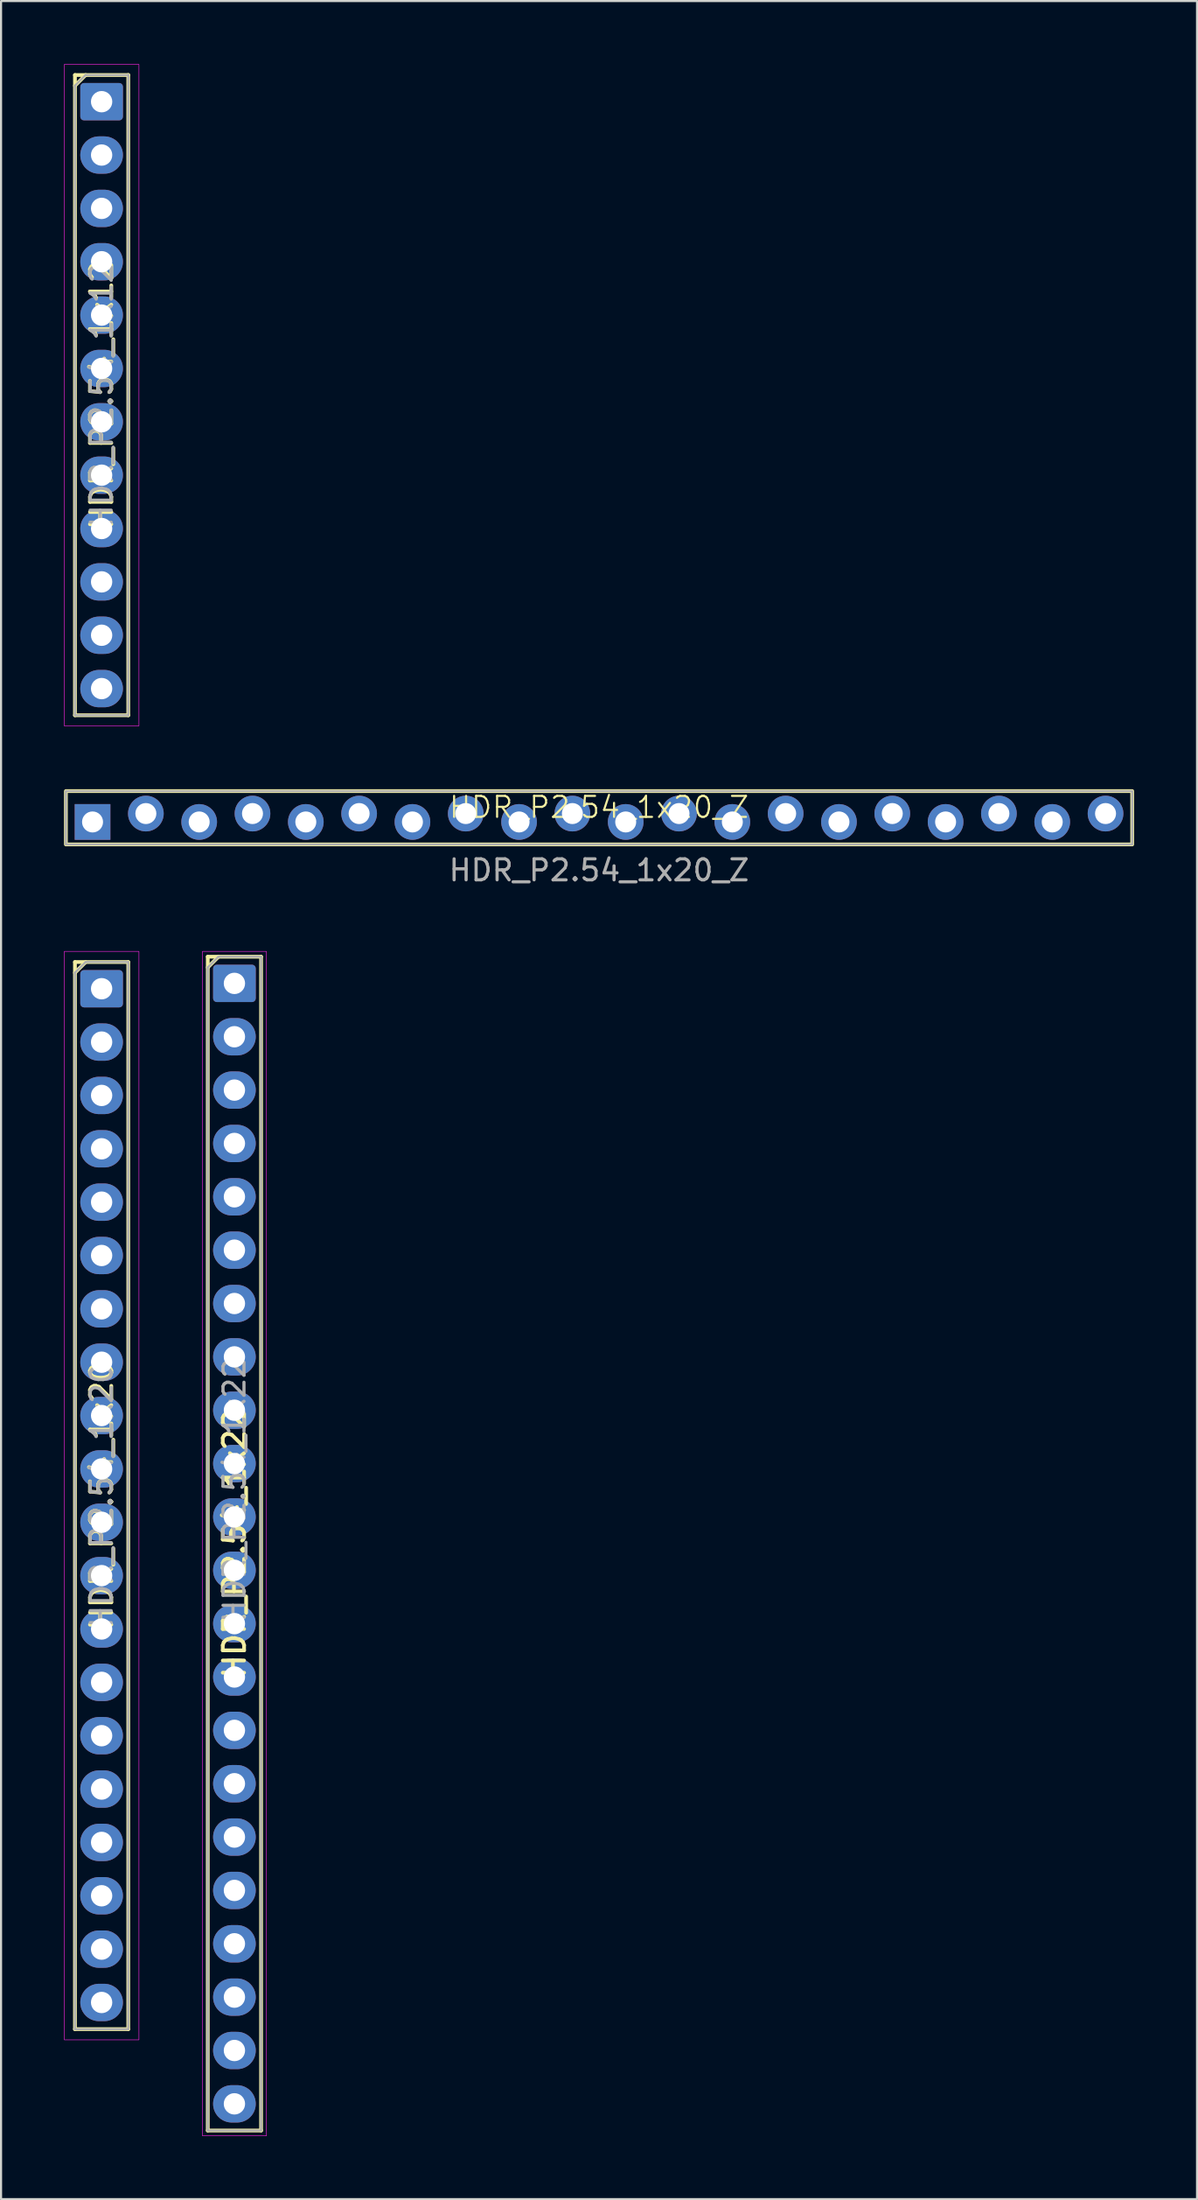
<source format=kicad_pcb>
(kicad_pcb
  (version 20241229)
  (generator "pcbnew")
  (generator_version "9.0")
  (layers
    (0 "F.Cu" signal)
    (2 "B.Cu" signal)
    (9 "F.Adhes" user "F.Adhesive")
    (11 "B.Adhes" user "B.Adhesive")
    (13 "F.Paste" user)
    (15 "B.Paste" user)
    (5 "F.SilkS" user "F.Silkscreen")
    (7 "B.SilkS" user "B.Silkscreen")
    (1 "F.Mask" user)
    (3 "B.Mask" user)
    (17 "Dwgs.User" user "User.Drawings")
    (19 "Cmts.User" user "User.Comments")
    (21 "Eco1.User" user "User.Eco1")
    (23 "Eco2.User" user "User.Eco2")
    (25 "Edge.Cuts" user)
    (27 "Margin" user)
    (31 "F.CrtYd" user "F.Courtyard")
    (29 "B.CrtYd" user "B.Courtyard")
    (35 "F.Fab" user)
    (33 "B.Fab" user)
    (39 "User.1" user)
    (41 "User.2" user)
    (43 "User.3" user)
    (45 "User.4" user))
  (footprint "HDR_P2.54_1x22"
    (layer "F.Cu")
    (at 8.118 70.435)
    (property "Reference" "HDR_P2.54_1x22" (at 0 0 90) (layer "F.SilkS") (effects (font (size 1.016 1.016) (thickness 0.178))))
    (attr through_hole)
    (fp_line (start -1.27 -27.94) (end -1.27 27.94) (stroke (width 0.178) (type solid)) (layer "F.SilkS"))
    (fp_line (start -1.27 -27.94) (end 1.27 -27.94) (stroke (width 0.178) (type solid)) (layer "F.SilkS"))
    (fp_line (start -1.27 -27.432) (end -0.762 -27.94) (stroke (width 0.178) (type solid)) (layer "F.SilkS"))
    (fp_line (start -1.27 27.94) (end 1.27 27.94) (stroke (width 0.178) (type solid)) (layer "F.SilkS"))
    (fp_line (start 1.27 -27.94) (end 1.27 27.94) (stroke (width 0.178) (type solid)) (layer "F.SilkS"))
    (fp_rect (start -1.524 -28.194) (end 1.524 28.194) (stroke (width 0.025) (type solid)) (fill no) (layer "F.CrtYd"))
    (fp_line (start -1.27 -27.432) (end -0.762 -27.94) (stroke (width 0.1) (type solid)) (layer "F.Fab"))
    (fp_line (start -1.27 27.94) (end -1.27 -27.432) (stroke (width 0.1) (type solid)) (layer "F.Fab"))
    (fp_line (start -0.762 -27.94) (end 1.27 -27.94) (stroke (width 0.1) (type solid)) (layer "F.Fab"))
    (fp_line (start 1.27 -27.94) (end 1.27 27.94) (stroke (width 0.1) (type solid)) (layer "F.Fab"))
    (fp_line (start 1.27 27.94) (end -1.27 27.94) (stroke (width 0.1) (type solid)) (layer "F.Fab"))
    (fp_text user "${REFERENCE}" (at 0 -2.54 90) (layer "F.Fab") (effects (font (size 1 1) (thickness 0.15))))
    (pad "1" thru_hole roundrect (at 0 -26.67) (size 2.032 1.778) (drill 1.016) (layers "*.Cu" "*.Mask") (roundrect_rratio 0.1))
    (pad "2" thru_hole oval (at 0 -24.13) (size 2.032 1.778) (drill 1.016) (layers "*.Cu" "*.Mask"))
    (pad "3" thru_hole oval (at 0 -21.59) (size 2.032 1.778) (drill 1.016) (layers "*.Cu" "*.Mask"))
    (pad "4" thru_hole oval (at 0 -19.05) (size 2.032 1.778) (drill 1.016) (layers "*.Cu" "*.Mask"))
    (pad "5" thru_hole oval (at 0 -16.51) (size 2.032 1.778) (drill 1.016) (layers "*.Cu" "*.Mask"))
    (pad "6" thru_hole oval (at 0 -13.97) (size 2.032 1.778) (drill 1.016) (layers "*.Cu" "*.Mask"))
    (pad "7" thru_hole oval (at 0 -11.43) (size 2.032 1.778) (drill 1.016) (layers "*.Cu" "*.Mask"))
    (pad "8" thru_hole oval (at 0 -8.89) (size 2.032 1.778) (drill 1.016) (layers "*.Cu" "*.Mask"))
    (pad "9" thru_hole oval (at 0 -6.35) (size 2.032 1.778) (drill 1.016) (layers "*.Cu" "*.Mask"))
    (pad "10" thru_hole oval (at 0 -3.81) (size 2.032 1.778) (drill 1.016) (layers "*.Cu" "*.Mask"))
    (pad "11" thru_hole oval (at 0 -1.27) (size 2.032 1.778) (drill 1.016) (layers "*.Cu" "*.Mask"))
    (pad "12" thru_hole oval (at 0 1.27) (size 2.032 1.778) (drill 1.016) (layers "*.Cu" "*.Mask"))
    (pad "13" thru_hole oval (at 0 3.81) (size 2.032 1.778) (drill 1.016) (layers "*.Cu" "*.Mask"))
    (pad "14" thru_hole oval (at 0 6.35) (size 2.032 1.778) (drill 1.016) (layers "*.Cu" "*.Mask"))
    (pad "15" thru_hole oval (at 0 8.89) (size 2.032 1.778) (drill 1.016) (layers "*.Cu" "*.Mask"))
    (pad "16" thru_hole oval (at 0 11.43) (size 2.032 1.778) (drill 1.016) (layers "*.Cu" "*.Mask"))
    (pad "17" thru_hole oval (at 0 13.97) (size 2.032 1.778) (drill 1.016) (layers "*.Cu" "*.Mask"))
    (pad "18" thru_hole oval (at 0 16.51) (size 2.032 1.778) (drill 1.016) (layers "*.Cu" "*.Mask"))
    (pad "19" thru_hole oval (at 0 19.05) (size 2.032 1.778) (drill 1.016) (layers "*.Cu" "*.Mask"))
    (pad "20" thru_hole oval (at 0 21.59) (size 2.032 1.778) (drill 1.016) (layers "*.Cu" "*.Mask"))
    (pad "21" thru_hole oval (at 0 24.13) (size 2.032 1.778) (drill 1.016) (layers "*.Cu" "*.Mask"))
    (pad "22" thru_hole oval (at 0 26.67) (size 2.032 1.778) (drill 1.016) (layers "*.Cu" "*.Mask")))
  (footprint "HDR_P2.54_1x20_Z"
    (layer "F.Cu")
    (at 25.489 35.88)
    (property "Reference" "HDR_P2.54_1x20_Z" (at 0 -0.5 0) (unlocked yes) (layer "F.SilkS") (effects (font (size 1 1) (thickness 0.1))))
    (attr through_hole)
    (fp_rect (start -25.4 -1.27) (end 25.4 1.27) (stroke (width 0.178) (type solid)) (fill no) (layer "F.SilkS"))
    (fp_rect (start -25.4 -1.27) (end 25.4 1.27) (stroke (width 0.1) (type solid)) (fill no) (layer "F.Fab"))
    (fp_text user "${REFERENCE}" (at 0 2.5 0) (unlocked yes) (layer "F.Fab") (effects (font (size 1 1) (thickness 0.15))))
    (pad "1" thru_hole rect (at -24.13 0.2) (size 1.7 1.7) (drill 1) (layers "*.Cu" "*.Mask"))
    (pad "2" thru_hole circle (at -21.59 -0.2) (size 1.7 1.7) (drill 1) (layers "*.Cu" "*.Mask"))
    (pad "3" thru_hole circle (at -19.05 0.2) (size 1.7 1.7) (drill 1) (layers "*.Cu" "*.Mask"))
    (pad "4" thru_hole circle (at -16.51 -0.2) (size 1.7 1.7) (drill 1) (layers "*.Cu" "*.Mask"))
    (pad "5" thru_hole circle (at -13.97 0.2) (size 1.7 1.7) (drill 1) (layers "*.Cu" "*.Mask"))
    (pad "6" thru_hole circle (at -11.43 -0.2) (size 1.7 1.7) (drill 1) (layers "*.Cu" "*.Mask"))
    (pad "7" thru_hole circle (at -8.89 0.2) (size 1.7 1.7) (drill 1) (layers "*.Cu" "*.Mask"))
    (pad "8" thru_hole circle (at -6.35 -0.2) (size 1.7 1.7) (drill 1) (layers "*.Cu" "*.Mask"))
    (pad "9" thru_hole circle (at -3.81 0.2) (size 1.7 1.7) (drill 1) (layers "*.Cu" "*.Mask"))
    (pad "10" thru_hole circle (at -1.27 -0.2) (size 1.7 1.7) (drill 1) (layers "*.Cu" "*.Mask"))
    (pad "11" thru_hole circle (at 1.27 0.2) (size 1.7 1.7) (drill 1) (layers "*.Cu" "*.Mask"))
    (pad "12" thru_hole circle (at 3.81 -0.2) (size 1.7 1.7) (drill 1) (layers "*.Cu" "*.Mask"))
    (pad "13" thru_hole circle (at 6.35 0.2) (size 1.7 1.7) (drill 1) (layers "*.Cu" "*.Mask"))
    (pad "14" thru_hole circle (at 8.89 -0.2) (size 1.7 1.7) (drill 1) (layers "*.Cu" "*.Mask"))
    (pad "15" thru_hole circle (at 11.43 0.2) (size 1.7 1.7) (drill 1) (layers "*.Cu" "*.Mask"))
    (pad "16" thru_hole circle (at 13.97 -0.2) (size 1.7 1.7) (drill 1) (layers "*.Cu" "*.Mask"))
    (pad "17" thru_hole circle (at 16.51 0.2) (size 1.7 1.7) (drill 1) (layers "*.Cu" "*.Mask"))
    (pad "18" thru_hole circle (at 19.05 -0.2) (size 1.7 1.7) (drill 1) (layers "*.Cu" "*.Mask"))
    (pad "19" thru_hole circle (at 21.59 0.2) (size 1.7 1.7) (drill 1) (layers "*.Cu" "*.Mask"))
    (pad "20" thru_hole circle (at 24.13 -0.2) (size 1.7 1.7) (drill 1) (layers "*.Cu" "*.Mask")))
  (footprint "HDR_P2.54_1x12"
    (layer "F.Cu")
    (at 1.791 15.761)
    (property "Reference" "HDR_P2.54_1x12" (at 0 0 90) (layer "F.SilkS") (effects (font (size 1.016 1.016) (thickness 0.178))))
    (attr through_hole)
    (fp_line (start -1.27 -15.24) (end -1.27 15.24) (stroke (width 0.178) (type solid)) (layer "F.SilkS"))
    (fp_line (start -1.27 -15.24) (end 1.27 -15.24) (stroke (width 0.178) (type solid)) (layer "F.SilkS"))
    (fp_line (start -1.27 -14.732) (end -0.762 -15.24) (stroke (width 0.178) (type solid)) (layer "F.SilkS"))
    (fp_line (start -1.27 15.24) (end 1.27 15.24) (stroke (width 0.178) (type solid)) (layer "F.SilkS"))
    (fp_line (start 1.27 -15.24) (end 1.27 15.24) (stroke (width 0.178) (type solid)) (layer "F.SilkS"))
    (fp_rect (start -1.778 -15.748) (end 1.778 15.748) (stroke (width 0.025) (type solid)) (fill no) (layer "F.CrtYd"))
    (fp_line (start -1.27 -14.732) (end -0.762 -15.24) (stroke (width 0.1) (type solid)) (layer "F.Fab"))
    (fp_line (start -1.27 15.24) (end -1.27 -14.732) (stroke (width 0.1) (type solid)) (layer "F.Fab"))
    (fp_line (start -0.762 -15.24) (end 1.27 -15.24) (stroke (width 0.1) (type solid)) (layer "F.Fab"))
    (fp_line (start 1.27 -15.24) (end 1.27 15.24) (stroke (width 0.1) (type solid)) (layer "F.Fab"))
    (fp_line (start 1.27 15.24) (end -1.27 15.24) (stroke (width 0.1) (type solid)) (layer "F.Fab"))
    (fp_text user "${REFERENCE}" (at 0 0 90) (layer "F.Fab") (effects (font (size 1 1) (thickness 0.15))))
    (pad "1" thru_hole roundrect (at 0 -13.97) (size 2.032 1.778) (drill 1.016) (layers "*.Cu" "*.Mask") (roundrect_rratio 0.1))
    (pad "2" thru_hole oval (at 0 -11.43) (size 2.032 1.778) (drill 1.016) (layers "*.Cu" "*.Mask"))
    (pad "3" thru_hole oval (at 0 -8.89) (size 2.032 1.778) (drill 1.016) (layers "*.Cu" "*.Mask"))
    (pad "4" thru_hole oval (at 0 -6.35) (size 2.032 1.778) (drill 1.016) (layers "*.Cu" "*.Mask"))
    (pad "5" thru_hole oval (at 0 -3.81) (size 2.032 1.778) (drill 1.016) (layers "*.Cu" "*.Mask"))
    (pad "6" thru_hole oval (at 0 -1.27) (size 2.032 1.778) (drill 1.016) (layers "*.Cu" "*.Mask"))
    (pad "7" thru_hole oval (at 0 1.27) (size 2.032 1.778) (drill 1.016) (layers "*.Cu" "*.Mask"))
    (pad "8" thru_hole oval (at 0 3.81) (size 2.032 1.778) (drill 1.016) (layers "*.Cu" "*.Mask"))
    (pad "9" thru_hole oval (at 0 6.35) (size 2.032 1.778) (drill 1.016) (layers "*.Cu" "*.Mask"))
    (pad "10" thru_hole oval (at 0 8.89) (size 2.032 1.778) (drill 1.016) (layers "*.Cu" "*.Mask"))
    (pad "11" thru_hole oval (at 0 11.43) (size 2.032 1.778) (drill 1.016) (layers "*.Cu" "*.Mask"))
    (pad "12" thru_hole oval (at 0 13.97) (size 2.032 1.778) (drill 1.016) (layers "*.Cu" "*.Mask")))
  (footprint "HDR_P2.54_1x20"
    (layer "F.Cu")
    (at 1.791 68.149)
    (property "Reference" "HDR_P2.54_1x20" (at 0 0 90) (layer "F.SilkS") (effects (font (size 1.016 1.016) (thickness 0.178))))
    (attr through_hole)
    (fp_line (start -1.27 -25.4) (end -1.27 25.4) (stroke (width 0.178) (type solid)) (layer "F.SilkS"))
    (fp_line (start -1.27 -25.4) (end 1.27 -25.4) (stroke (width 0.178) (type solid)) (layer "F.SilkS"))
    (fp_line (start -1.27 -24.892) (end -0.762 -25.4) (stroke (width 0.178) (type solid)) (layer "F.SilkS"))
    (fp_line (start -1.27 25.4) (end 1.27 25.4) (stroke (width 0.178) (type solid)) (layer "F.SilkS"))
    (fp_line (start 1.27 -25.4) (end 1.27 25.4) (stroke (width 0.178) (type solid)) (layer "F.SilkS"))
    (fp_rect (start -1.778 -25.908) (end 1.778 25.908) (stroke (width 0.025) (type solid)) (fill no) (layer "F.CrtYd"))
    (fp_line (start -1.27 -24.892) (end -0.762 -25.4) (stroke (width 0.1) (type solid)) (layer "F.Fab"))
    (fp_line (start -1.27 25.4) (end -1.27 -24.892) (stroke (width 0.1) (type solid)) (layer "F.Fab"))
    (fp_line (start -0.762 -25.4) (end 1.27 -25.4) (stroke (width 0.1) (type solid)) (layer "F.Fab"))
    (fp_line (start 1.27 -25.4) (end 1.27 25.4) (stroke (width 0.1) (type solid)) (layer "F.Fab"))
    (fp_line (start 1.27 25.4) (end -1.27 25.4) (stroke (width 0.1) (type solid)) (layer "F.Fab"))
    (fp_text user "${REFERENCE}" (at 0 0 90) (layer "F.Fab") (effects (font (size 1 1) (thickness 0.15))))
    (pad "1" thru_hole roundrect (at 0 -24.13) (size 2.032 1.778) (drill 1.016) (layers "*.Cu" "*.Mask") (roundrect_rratio 0.1))
    (pad "2" thru_hole oval (at 0 -21.59) (size 2.032 1.778) (drill 1.016) (layers "*.Cu" "*.Mask"))
    (pad "3" thru_hole oval (at 0 -19.05) (size 2.032 1.778) (drill 1.016) (layers "*.Cu" "*.Mask"))
    (pad "4" thru_hole oval (at 0 -16.51) (size 2.032 1.778) (drill 1.016) (layers "*.Cu" "*.Mask"))
    (pad "5" thru_hole oval (at 0 -13.97) (size 2.032 1.778) (drill 1.016) (layers "*.Cu" "*.Mask"))
    (pad "6" thru_hole oval (at 0 -11.43) (size 2.032 1.778) (drill 1.016) (layers "*.Cu" "*.Mask"))
    (pad "7" thru_hole oval (at 0 -8.89) (size 2.032 1.778) (drill 1.016) (layers "*.Cu" "*.Mask"))
    (pad "8" thru_hole oval (at 0 -6.35) (size 2.032 1.778) (drill 1.016) (layers "*.Cu" "*.Mask"))
    (pad "9" thru_hole oval (at 0 -3.81) (size 2.032 1.778) (drill 1.016) (layers "*.Cu" "*.Mask"))
    (pad "10" thru_hole oval (at 0 -1.27) (size 2.032 1.778) (drill 1.016) (layers "*.Cu" "*.Mask"))
    (pad "11" thru_hole oval (at 0 1.27) (size 2.032 1.778) (drill 1.016) (layers "*.Cu" "*.Mask"))
    (pad "12" thru_hole oval (at 0 3.81) (size 2.032 1.778) (drill 1.016) (layers "*.Cu" "*.Mask"))
    (pad "13" thru_hole oval (at 0 6.35) (size 2.032 1.778) (drill 1.016) (layers "*.Cu" "*.Mask"))
    (pad "14" thru_hole oval (at 0 8.89) (size 2.032 1.778) (drill 1.016) (layers "*.Cu" "*.Mask"))
    (pad "15" thru_hole oval (at 0 11.43) (size 2.032 1.778) (drill 1.016) (layers "*.Cu" "*.Mask"))
    (pad "16" thru_hole oval (at 0 13.97) (size 2.032 1.778) (drill 1.016) (layers "*.Cu" "*.Mask"))
    (pad "17" thru_hole oval (at 0 16.51) (size 2.032 1.778) (drill 1.016) (layers "*.Cu" "*.Mask"))
    (pad "18" thru_hole oval (at 0 19.05) (size 2.032 1.778) (drill 1.016) (layers "*.Cu" "*.Mask"))
    (pad "19" thru_hole oval (at 0 21.59) (size 2.032 1.778) (drill 1.016) (layers "*.Cu" "*.Mask"))
    (pad "20" thru_hole oval (at 0 24.13) (size 2.032 1.778) (drill 1.016) (layers "*.Cu" "*.Mask")))
  (gr_rect
    (start -3 -3)
    (end 53.978 101.642)
    (stroke (width 0.1) (type default))
    (fill no)
    (layer "Edge.Cuts")))
</source>
